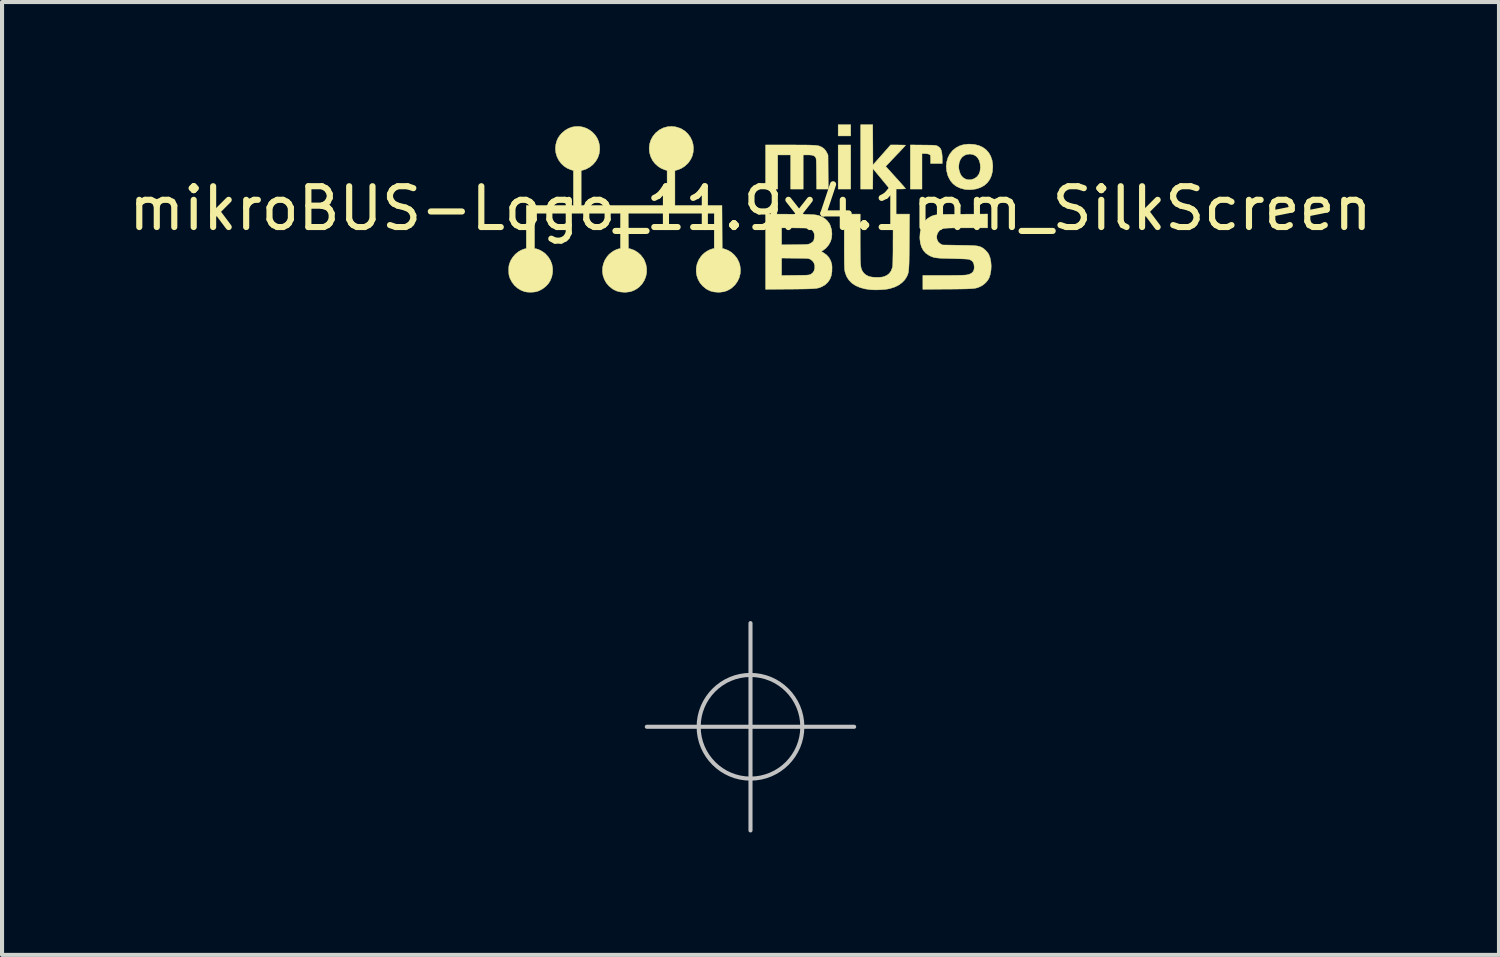
<source format=kicad_pcb>
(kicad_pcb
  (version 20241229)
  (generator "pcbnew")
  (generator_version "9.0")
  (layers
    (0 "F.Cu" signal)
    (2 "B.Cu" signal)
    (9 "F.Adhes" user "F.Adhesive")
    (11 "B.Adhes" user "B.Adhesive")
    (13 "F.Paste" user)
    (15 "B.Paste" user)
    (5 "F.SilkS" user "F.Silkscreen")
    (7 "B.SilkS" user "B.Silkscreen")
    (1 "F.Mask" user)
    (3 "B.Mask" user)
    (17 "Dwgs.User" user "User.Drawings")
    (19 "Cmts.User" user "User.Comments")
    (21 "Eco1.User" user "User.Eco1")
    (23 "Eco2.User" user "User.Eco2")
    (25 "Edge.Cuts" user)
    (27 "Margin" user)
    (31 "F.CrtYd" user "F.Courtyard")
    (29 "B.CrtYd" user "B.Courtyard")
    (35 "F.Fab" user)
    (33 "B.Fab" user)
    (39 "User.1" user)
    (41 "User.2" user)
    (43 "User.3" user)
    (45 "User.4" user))
  (footprint "mikroBUS-Logo_11.9x4.1mm_SilkScreen"
    (layer "F.Cu")
    (at 15.339 14.758)
    (property "Reference" "mikroBUS-Logo_11.9x4.1mm_SilkScreen" (at 0 -12.7 0) (layer "F.SilkS") (effects (font (size 1 1) (thickness 0.15))))
    (attr exclude_from_pos_files exclude_from_bom)
    (fp_poly (pts (xy 2.455 -14.478) (xy 2.148 -14.478) (xy 2.148 -14.753) (xy 2.455 -14.753) (xy 2.455 -14.478)) (stroke (width 0.01) (type solid)) (fill yes) (layer "F.SilkS"))
    (fp_poly (pts (xy 2.455 -13.176) (xy 2.148 -13.176) (xy 2.148 -14.256) (xy 2.455 -14.256) (xy 2.455 -13.176)) (stroke (width 0.01) (type solid)) (fill yes) (layer "F.SilkS"))
    (fp_poly (pts (xy 4.231 -14.254) (xy 4.321 -14.253) (xy 4.392 -14.252) (xy 4.447 -14.251) (xy 4.489 -14.249) (xy 4.52 -14.247) (xy 4.542 -14.244) (xy 4.559 -14.24) (xy 4.573 -14.234) (xy 4.586 -14.227) (xy 4.591 -14.224) (xy 4.623 -14.202) (xy 4.649 -14.176) (xy 4.656 -14.166) (xy 4.675 -14.121) (xy 4.689 -14.058) (xy 4.697 -13.979) (xy 4.699 -13.905) (xy 4.699 -13.801) (xy 4.413 -13.801) (xy 4.413 -13.899) (xy 4.412 -13.943) (xy 4.41 -13.98) (xy 4.407 -14.004) (xy 4.405 -14.009) (xy 4.382 -14.026) (xy 4.342 -14.038) (xy 4.288 -14.044) (xy 4.27 -14.044) (xy 4.202 -14.044) (xy 4.202 -13.176) (xy 3.916 -13.176) (xy 3.916 -14.257) (xy 4.231 -14.254)) (stroke (width 0.01) (type solid)) (fill yes) (layer "F.SilkS"))
    (fp_poly (pts (xy 1.109 -14.256) (xy 1.226 -14.255) (xy 1.325 -14.255) (xy 1.408 -14.254) (xy 1.478 -14.252) (xy 1.535 -14.25) (xy 1.581 -14.247) (xy 1.618 -14.243) (xy 1.649 -14.239) (xy 1.674 -14.233) (xy 1.696 -14.226) (xy 1.716 -14.217) (xy 1.736 -14.208) (xy 1.795 -14.17) (xy 1.84 -14.121) (xy 1.872 -14.065) (xy 1.9 -14.007) (xy 1.903 -13.592) (xy 1.906 -13.176) (xy 1.62 -13.176) (xy 1.617 -13.55) (xy 1.616 -13.649) (xy 1.615 -13.73) (xy 1.614 -13.794) (xy 1.613 -13.844) (xy 1.611 -13.881) (xy 1.608 -13.908) (xy 1.605 -13.927) (xy 1.601 -13.94) (xy 1.596 -13.95) (xy 1.595 -13.953) (xy 1.572 -13.978) (xy 1.541 -13.996) (xy 1.498 -14.007) (xy 1.44 -14.012) (xy 1.397 -14.012) (xy 1.291 -14.012) (xy 1.291 -13.176) (xy 0.984 -13.176) (xy 0.984 -14.012) (xy 0.667 -14.012) (xy 0.667 -13.176) (xy 0.37 -13.176) (xy 0.37 -14.256) (xy 0.973 -14.256) (xy 1.109 -14.256)) (stroke (width 0.01) (type solid)) (fill yes) (layer "F.SilkS"))
    (fp_poly (pts (xy 2.998 -14.26) (xy 3 -13.766) (xy 3.217 -14.011) (xy 3.433 -14.256) (xy 3.616 -14.256) (xy 3.676 -14.255) (xy 3.727 -14.254) (xy 3.767 -14.253) (xy 3.792 -14.251) (xy 3.799 -14.249) (xy 3.792 -14.24) (xy 3.773 -14.218) (xy 3.742 -14.184) (xy 3.702 -14.142) (xy 3.656 -14.092) (xy 3.604 -14.037) (xy 3.601 -14.035) (xy 3.546 -13.977) (xy 3.494 -13.922) (xy 3.446 -13.872) (xy 3.406 -13.829) (xy 3.375 -13.797) (xy 3.358 -13.779) (xy 3.313 -13.732) (xy 3.556 -13.463) (xy 3.614 -13.4) (xy 3.666 -13.341) (xy 3.712 -13.289) (xy 3.75 -13.246) (xy 3.778 -13.213) (xy 3.795 -13.192) (xy 3.799 -13.186) (xy 3.789 -13.183) (xy 3.761 -13.18) (xy 3.719 -13.178) (xy 3.665 -13.177) (xy 3.606 -13.177) (xy 3.413 -13.177) (xy 3.207 -13.427) (xy 3 -13.676) (xy 2.998 -13.426) (xy 2.995 -13.176) (xy 2.699 -13.176) (xy 2.699 -14.753) (xy 2.995 -14.753) (xy 2.998 -14.26)) (stroke (width 0.01) (type solid)) (fill yes) (layer "F.SilkS"))
    (fp_poly (pts (xy 5.489 -14.268) (xy 5.595 -14.242) (xy 5.688 -14.2) (xy 5.768 -14.143) (xy 5.834 -14.071) (xy 5.884 -13.985) (xy 5.918 -13.887) (xy 5.935 -13.776) (xy 5.937 -13.721) (xy 5.928 -13.604) (xy 5.902 -13.5) (xy 5.86 -13.408) (xy 5.802 -13.329) (xy 5.728 -13.264) (xy 5.639 -13.215) (xy 5.537 -13.18) (xy 5.421 -13.162) (xy 5.4 -13.16) (xy 5.341 -13.16) (xy 5.279 -13.165) (xy 5.241 -13.17) (xy 5.134 -13.2) (xy 5.041 -13.244) (xy 4.963 -13.305) (xy 4.899 -13.38) (xy 4.85 -13.471) (xy 4.831 -13.519) (xy 4.805 -13.627) (xy 4.798 -13.72) (xy 5.101 -13.72) (xy 5.107 -13.662) (xy 5.122 -13.601) (xy 5.144 -13.543) (xy 5.17 -13.498) (xy 5.22 -13.448) (xy 5.28 -13.416) (xy 5.346 -13.402) (xy 5.415 -13.408) (xy 5.485 -13.432) (xy 5.494 -13.437) (xy 5.552 -13.48) (xy 5.595 -13.537) (xy 5.622 -13.607) (xy 5.633 -13.692) (xy 5.633 -13.709) (xy 5.626 -13.799) (xy 5.604 -13.876) (xy 5.569 -13.938) (xy 5.521 -13.986) (xy 5.462 -14.018) (xy 5.392 -14.032) (xy 5.371 -14.033) (xy 5.297 -14.024) (xy 5.233 -13.996) (xy 5.18 -13.953) (xy 5.14 -13.894) (xy 5.113 -13.822) (xy 5.102 -13.739) (xy 5.101 -13.72) (xy 4.798 -13.72) (xy 4.797 -13.735) (xy 4.808 -13.84) (xy 4.836 -13.939) (xy 4.882 -14.031) (xy 4.945 -14.111) (xy 4.955 -14.122) (xy 5.032 -14.185) (xy 5.116 -14.231) (xy 5.21 -14.261) (xy 5.316 -14.275) (xy 5.371 -14.277) (xy 5.489 -14.268)) (stroke (width 0.01) (type solid)) (fill yes) (layer "F.SilkS"))
    (fp_poly (pts (xy 2.688 -11.957) (xy 2.688 -11.818) (xy 2.689 -11.698) (xy 2.69 -11.597) (xy 2.691 -11.511) (xy 2.692 -11.439) (xy 2.695 -11.38) (xy 2.698 -11.332) (xy 2.702 -11.292) (xy 2.707 -11.26) (xy 2.714 -11.233) (xy 2.721 -11.209) (xy 2.73 -11.188) (xy 2.74 -11.168) (xy 2.78 -11.112) (xy 2.838 -11.066) (xy 2.896 -11.038) (xy 2.947 -11.024) (xy 3.011 -11.015) (xy 3.082 -11.012) (xy 3.154 -11.013) (xy 3.22 -11.019) (xy 3.27 -11.03) (xy 3.343 -11.062) (xy 3.401 -11.108) (xy 3.445 -11.17) (xy 3.474 -11.246) (xy 3.482 -11.281) (xy 3.484 -11.304) (xy 3.486 -11.347) (xy 3.488 -11.408) (xy 3.489 -11.486) (xy 3.491 -11.579) (xy 3.492 -11.686) (xy 3.492 -11.806) (xy 3.492 -11.937) (xy 3.493 -11.95) (xy 3.493 -12.562) (xy 3.897 -12.562) (xy 3.892 -11.893) (xy 3.891 -11.749) (xy 3.89 -11.624) (xy 3.888 -11.517) (xy 3.887 -11.426) (xy 3.885 -11.35) (xy 3.882 -11.286) (xy 3.879 -11.233) (xy 3.875 -11.19) (xy 3.87 -11.154) (xy 3.865 -11.124) (xy 3.858 -11.098) (xy 3.85 -11.075) (xy 3.84 -11.052) (xy 3.83 -11.031) (xy 3.78 -10.952) (xy 3.712 -10.882) (xy 3.629 -10.822) (xy 3.531 -10.774) (xy 3.42 -10.739) (xy 3.371 -10.728) (xy 3.297 -10.717) (xy 3.209 -10.71) (xy 3.117 -10.706) (xy 3.026 -10.706) (xy 2.945 -10.71) (xy 2.935 -10.711) (xy 2.799 -10.731) (xy 2.678 -10.765) (xy 2.574 -10.811) (xy 2.485 -10.87) (xy 2.414 -10.942) (xy 2.359 -11.026) (xy 2.322 -11.122) (xy 2.313 -11.16) (xy 2.309 -11.179) (xy 2.306 -11.203) (xy 2.304 -11.235) (xy 2.302 -11.275) (xy 2.3 -11.325) (xy 2.299 -11.386) (xy 2.298 -11.462) (xy 2.298 -11.552) (xy 2.297 -11.659) (xy 2.297 -11.784) (xy 2.297 -11.898) (xy 2.297 -12.562) (xy 2.688 -12.562) (xy 2.688 -11.957)) (stroke (width 0.01) (type solid)) (fill yes) (layer "F.SilkS"))
    (fp_poly (pts (xy 0.96 -12.56) (xy 1.096 -12.559) (xy 1.213 -12.558) (xy 1.312 -12.556) (xy 1.395 -12.555) (xy 1.465 -12.552) (xy 1.523 -12.549) (xy 1.571 -12.545) (xy 1.611 -12.54) (xy 1.644 -12.534) (xy 1.674 -12.526) (xy 1.7 -12.517) (xy 1.727 -12.506) (xy 1.754 -12.493) (xy 1.764 -12.488) (xy 1.829 -12.447) (xy 1.887 -12.392) (xy 1.933 -12.33) (xy 1.955 -12.284) (xy 1.986 -12.18) (xy 1.996 -12.078) (xy 1.988 -11.98) (xy 1.961 -11.889) (xy 1.915 -11.806) (xy 1.852 -11.732) (xy 1.786 -11.679) (xy 1.736 -11.645) (xy 1.781 -11.62) (xy 1.86 -11.565) (xy 1.922 -11.498) (xy 1.966 -11.419) (xy 1.992 -11.33) (xy 1.998 -11.27) (xy 1.996 -11.154) (xy 1.979 -11.053) (xy 1.945 -10.965) (xy 1.895 -10.892) (xy 1.83 -10.831) (xy 1.764 -10.792) (xy 1.737 -10.779) (xy 1.712 -10.768) (xy 1.687 -10.759) (xy 1.659 -10.751) (xy 1.627 -10.745) (xy 1.59 -10.74) (xy 1.544 -10.736) (xy 1.489 -10.733) (xy 1.423 -10.73) (xy 1.343 -10.728) (xy 1.248 -10.727) (xy 1.137 -10.725) (xy 1.006 -10.724) (xy 0.966 -10.724) (xy 0.37 -10.719) (xy 0.37 -11.058) (xy 0.762 -11.058) (xy 1.098 -11.062) (xy 1.192 -11.063) (xy 1.267 -11.064) (xy 1.326 -11.065) (xy 1.371 -11.066) (xy 1.404 -11.069) (xy 1.429 -11.072) (xy 1.447 -11.075) (xy 1.462 -11.08) (xy 1.475 -11.086) (xy 1.476 -11.087) (xy 1.525 -11.123) (xy 1.557 -11.173) (xy 1.574 -11.234) (xy 1.573 -11.303) (xy 1.572 -11.308) (xy 1.553 -11.368) (xy 1.516 -11.418) (xy 1.471 -11.451) (xy 1.457 -11.459) (xy 1.444 -11.464) (xy 1.429 -11.469) (xy 1.409 -11.473) (xy 1.383 -11.475) (xy 1.347 -11.477) (xy 1.299 -11.478) (xy 1.236 -11.479) (xy 1.156 -11.48) (xy 1.093 -11.481) (xy 0.762 -11.485) (xy 0.762 -11.058) (xy 0.37 -11.058) (xy 0.37 -11.809) (xy 0.762 -11.809) (xy 1.087 -11.813) (xy 1.179 -11.814) (xy 1.252 -11.815) (xy 1.309 -11.816) (xy 1.352 -11.818) (xy 1.385 -11.82) (xy 1.409 -11.823) (xy 1.427 -11.827) (xy 1.443 -11.832) (xy 1.457 -11.839) (xy 1.465 -11.843) (xy 1.499 -11.863) (xy 1.528 -11.887) (xy 1.539 -11.898) (xy 1.553 -11.93) (xy 1.562 -11.975) (xy 1.566 -12.025) (xy 1.562 -12.073) (xy 1.556 -12.1) (xy 1.533 -12.141) (xy 1.496 -12.179) (xy 1.451 -12.206) (xy 1.432 -12.213) (xy 1.409 -12.216) (xy 1.368 -12.218) (xy 1.31 -12.221) (xy 1.238 -12.222) (xy 1.155 -12.223) (xy 1.077 -12.224) (xy 0.762 -12.224) (xy 0.762 -11.809) (xy 0.37 -11.809) (xy 0.37 -12.564) (xy 0.96 -12.56)) (stroke (width 0.01) (type solid)) (fill yes) (layer "F.SilkS"))
    (fp_poly (pts (xy 5.81 -12.224) (xy 5.294 -12.224) (xy 5.166 -12.224) (xy 5.058 -12.223) (xy 4.967 -12.223) (xy 4.892 -12.221) (xy 4.83 -12.219) (xy 4.781 -12.215) (xy 4.742 -12.211) (xy 4.711 -12.205) (xy 4.687 -12.197) (xy 4.667 -12.187) (xy 4.651 -12.176) (xy 4.635 -12.162) (xy 4.624 -12.151) (xy 4.587 -12.101) (xy 4.567 -12.045) (xy 4.563 -11.987) (xy 4.574 -11.93) (xy 4.601 -11.88) (xy 4.644 -11.84) (xy 4.657 -11.832) (xy 4.704 -11.806) (xy 5.117 -11.799) (xy 5.229 -11.797) (xy 5.321 -11.796) (xy 5.398 -11.793) (xy 5.459 -11.791) (xy 5.509 -11.787) (xy 5.55 -11.782) (xy 5.583 -11.776) (xy 5.611 -11.769) (xy 5.636 -11.759) (xy 5.661 -11.748) (xy 5.677 -11.74) (xy 5.716 -11.713) (xy 5.76 -11.675) (xy 5.8 -11.631) (xy 5.831 -11.588) (xy 5.838 -11.576) (xy 5.87 -11.492) (xy 5.89 -11.396) (xy 5.898 -11.293) (xy 5.893 -11.189) (xy 5.876 -11.088) (xy 5.846 -10.996) (xy 5.842 -10.989) (xy 5.811 -10.937) (xy 5.765 -10.884) (xy 5.711 -10.836) (xy 5.654 -10.799) (xy 5.644 -10.794) (xy 5.616 -10.781) (xy 5.59 -10.77) (xy 5.564 -10.76) (xy 5.536 -10.752) (xy 5.505 -10.745) (xy 5.469 -10.74) (xy 5.425 -10.736) (xy 5.372 -10.733) (xy 5.308 -10.73) (xy 5.231 -10.728) (xy 5.14 -10.727) (xy 5.032 -10.725) (xy 4.906 -10.724) (xy 4.829 -10.724) (xy 4.223 -10.719) (xy 4.223 -11.06) (xy 4.723 -11.06) (xy 4.842 -11.06) (xy 4.951 -11.061) (xy 5.049 -11.062) (xy 5.133 -11.063) (xy 5.202 -11.065) (xy 5.253 -11.068) (xy 5.286 -11.07) (xy 5.292 -11.071) (xy 5.365 -11.089) (xy 5.419 -11.117) (xy 5.456 -11.155) (xy 5.477 -11.205) (xy 5.482 -11.255) (xy 5.476 -11.325) (xy 5.456 -11.38) (xy 5.421 -11.42) (xy 5.371 -11.447) (xy 5.357 -11.452) (xy 5.335 -11.456) (xy 5.293 -11.46) (xy 5.232 -11.463) (xy 5.154 -11.466) (xy 5.061 -11.469) (xy 4.953 -11.472) (xy 4.942 -11.472) (xy 4.833 -11.475) (xy 4.742 -11.477) (xy 4.667 -11.48) (xy 4.606 -11.485) (xy 4.555 -11.49) (xy 4.513 -11.497) (xy 4.477 -11.506) (xy 4.445 -11.517) (xy 4.413 -11.531) (xy 4.38 -11.548) (xy 4.369 -11.554) (xy 4.295 -11.605) (xy 4.236 -11.671) (xy 4.192 -11.752) (xy 4.163 -11.847) (xy 4.15 -11.955) (xy 4.149 -12) (xy 4.157 -12.115) (xy 4.18 -12.219) (xy 4.218 -12.311) (xy 4.271 -12.389) (xy 4.336 -12.452) (xy 4.399 -12.492) (xy 4.425 -12.505) (xy 4.448 -12.516) (xy 4.471 -12.525) (xy 4.496 -12.533) (xy 4.523 -12.539) (xy 4.556 -12.544) (xy 4.595 -12.548) (xy 4.644 -12.552) (xy 4.703 -12.554) (xy 4.774 -12.556) (xy 4.859 -12.557) (xy 4.961 -12.558) (xy 5.08 -12.559) (xy 5.194 -12.56) (xy 5.81 -12.564) (xy 5.81 -12.224)) (stroke (width 0.01) (type solid)) (fill yes) (layer "F.SilkS"))
    (fp_poly (pts (xy -1.83 -14.699) (xy -1.727 -14.666) (xy -1.695 -14.652) (xy -1.608 -14.598) (xy -1.536 -14.531) (xy -1.478 -14.453) (xy -1.435 -14.367) (xy -1.408 -14.275) (xy -1.397 -14.18) (xy -1.403 -14.084) (xy -1.425 -13.99) (xy -1.466 -13.901) (xy -1.524 -13.818) (xy -1.538 -13.803) (xy -1.613 -13.734) (xy -1.695 -13.682) (xy -1.778 -13.648) (xy -1.783 -13.647) (xy -1.852 -13.628) (xy -1.852 -12.774) (xy -0.699 -12.774) (xy -0.696 -12.248) (xy -0.693 -11.722) (xy -0.642 -11.709) (xy -0.55 -11.675) (xy -0.466 -11.624) (xy -0.392 -11.556) (xy -0.33 -11.477) (xy -0.284 -11.387) (xy -0.26 -11.313) (xy -0.245 -11.207) (xy -0.251 -11.104) (xy -0.276 -11.004) (xy -0.319 -10.912) (xy -0.379 -10.828) (xy -0.456 -10.756) (xy -0.488 -10.732) (xy -0.568 -10.688) (xy -0.652 -10.66) (xy -0.746 -10.648) (xy -0.788 -10.647) (xy -0.888 -10.654) (xy -0.975 -10.675) (xy -1.056 -10.712) (xy -1.089 -10.732) (xy -1.17 -10.799) (xy -1.236 -10.876) (xy -1.285 -10.963) (xy -1.316 -11.055) (xy -1.331 -11.151) (xy -1.328 -11.249) (xy -1.308 -11.345) (xy -1.27 -11.437) (xy -1.214 -11.523) (xy -1.17 -11.573) (xy -1.118 -11.618) (xy -1.058 -11.658) (xy -0.997 -11.689) (xy -0.942 -11.709) (xy -0.926 -11.713) (xy -0.889 -11.719) (xy -0.889 -12.584) (xy -2.995 -12.584) (xy -2.993 -12.153) (xy -2.99 -11.722) (xy -2.939 -11.709) (xy -2.848 -11.676) (xy -2.763 -11.624) (xy -2.688 -11.557) (xy -2.626 -11.477) (xy -2.599 -11.429) (xy -2.562 -11.33) (xy -2.544 -11.229) (xy -2.545 -11.127) (xy -2.565 -11.029) (xy -2.603 -10.936) (xy -2.657 -10.85) (xy -2.728 -10.775) (xy -2.785 -10.732) (xy -2.865 -10.688) (xy -2.949 -10.66) (xy -3.043 -10.648) (xy -3.085 -10.647) (xy -3.184 -10.654) (xy -3.272 -10.675) (xy -3.353 -10.712) (xy -3.385 -10.732) (xy -3.467 -10.799) (xy -3.533 -10.876) (xy -3.581 -10.963) (xy -3.613 -11.055) (xy -3.628 -11.151) (xy -3.625 -11.249) (xy -3.604 -11.345) (xy -3.566 -11.438) (xy -3.51 -11.524) (xy -3.465 -11.575) (xy -3.409 -11.622) (xy -3.347 -11.663) (xy -3.283 -11.694) (xy -3.226 -11.712) (xy -3.222 -11.713) (xy -3.186 -11.719) (xy -3.186 -12.584) (xy -5.292 -12.584) (xy -5.292 -11.718) (xy -5.251 -11.712) (xy -5.203 -11.698) (xy -5.146 -11.672) (xy -5.088 -11.638) (xy -5.036 -11.6) (xy -5.026 -11.591) (xy -4.955 -11.513) (xy -4.901 -11.426) (xy -4.865 -11.331) (xy -4.847 -11.23) (xy -4.849 -11.128) (xy -4.869 -11.025) (xy -4.908 -10.928) (xy -4.955 -10.855) (xy -5.019 -10.788) (xy -5.095 -10.73) (xy -5.179 -10.685) (xy -5.238 -10.664) (xy -5.287 -10.654) (xy -5.35 -10.649) (xy -5.416 -10.648) (xy -5.48 -10.652) (xy -5.531 -10.661) (xy -5.536 -10.662) (xy -5.627 -10.698) (xy -5.711 -10.751) (xy -5.786 -10.819) (xy -5.847 -10.899) (xy -5.893 -10.987) (xy -5.912 -11.042) (xy -5.921 -11.094) (xy -5.925 -11.158) (xy -5.925 -11.225) (xy -5.92 -11.287) (xy -5.912 -11.329) (xy -5.878 -11.42) (xy -5.826 -11.504) (xy -5.761 -11.58) (xy -5.685 -11.641) (xy -5.638 -11.668) (xy -5.597 -11.687) (xy -5.559 -11.702) (xy -5.53 -11.711) (xy -5.529 -11.711) (xy -5.493 -11.718) (xy -5.493 -12.774) (xy -4.339 -12.774) (xy -4.339 -13.63) (xy -4.395 -13.646) (xy -4.488 -13.684) (xy -4.571 -13.738) (xy -4.643 -13.807) (xy -4.701 -13.887) (xy -4.744 -13.976) (xy -4.771 -14.07) (xy -4.78 -14.169) (xy -4.771 -14.262) (xy -4.748 -14.351) (xy -4.715 -14.426) (xy -4.669 -14.494) (xy -4.62 -14.548) (xy -4.54 -14.616) (xy -4.454 -14.665) (xy -4.365 -14.696) (xy -4.275 -14.71) (xy -4.185 -14.709) (xy -4.097 -14.692) (xy -4.013 -14.662) (xy -3.936 -14.618) (xy -3.866 -14.563) (xy -3.805 -14.497) (xy -3.756 -14.421) (xy -3.72 -14.337) (xy -3.699 -14.244) (xy -3.694 -14.145) (xy -3.708 -14.041) (xy -3.71 -14.034) (xy -3.742 -13.941) (xy -3.793 -13.855) (xy -3.859 -13.778) (xy -3.937 -13.715) (xy -4.025 -13.666) (xy -4.099 -13.641) (xy -4.149 -13.629) (xy -4.149 -12.774) (xy -2.043 -12.774) (xy -2.043 -13.63) (xy -2.098 -13.646) (xy -2.185 -13.681) (xy -2.267 -13.734) (xy -2.34 -13.8) (xy -2.399 -13.875) (xy -2.402 -13.881) (xy -2.448 -13.976) (xy -2.475 -14.076) (xy -2.483 -14.177) (xy -2.472 -14.277) (xy -2.443 -14.373) (xy -2.395 -14.463) (xy -2.331 -14.543) (xy -2.313 -14.561) (xy -2.227 -14.628) (xy -2.134 -14.675) (xy -2.035 -14.703) (xy -1.933 -14.711) (xy -1.83 -14.699)) (stroke (width 0.01) (type solid)) (fill yes) (layer "F.SilkS"))
    (fp_line (start -2.54 0) (end 2.54 0) (stroke (width 0.1) (type solid)) (layer "Dwgs.User"))
    (fp_line (start 0 -2.54) (end 0 2.54) (stroke (width 0.1) (type solid)) (layer "Dwgs.User"))
    (fp_circle (center 0 0) (end 1.27 0) (stroke (width 0.1) (type solid)) (fill no) (layer "Dwgs.User")))
  (gr_rect
    (start -3 -3)
    (end 33.679 20.348)
    (stroke (width 0.1) (type default))
    (fill no)
    (layer "Edge.Cuts")))
</source>
